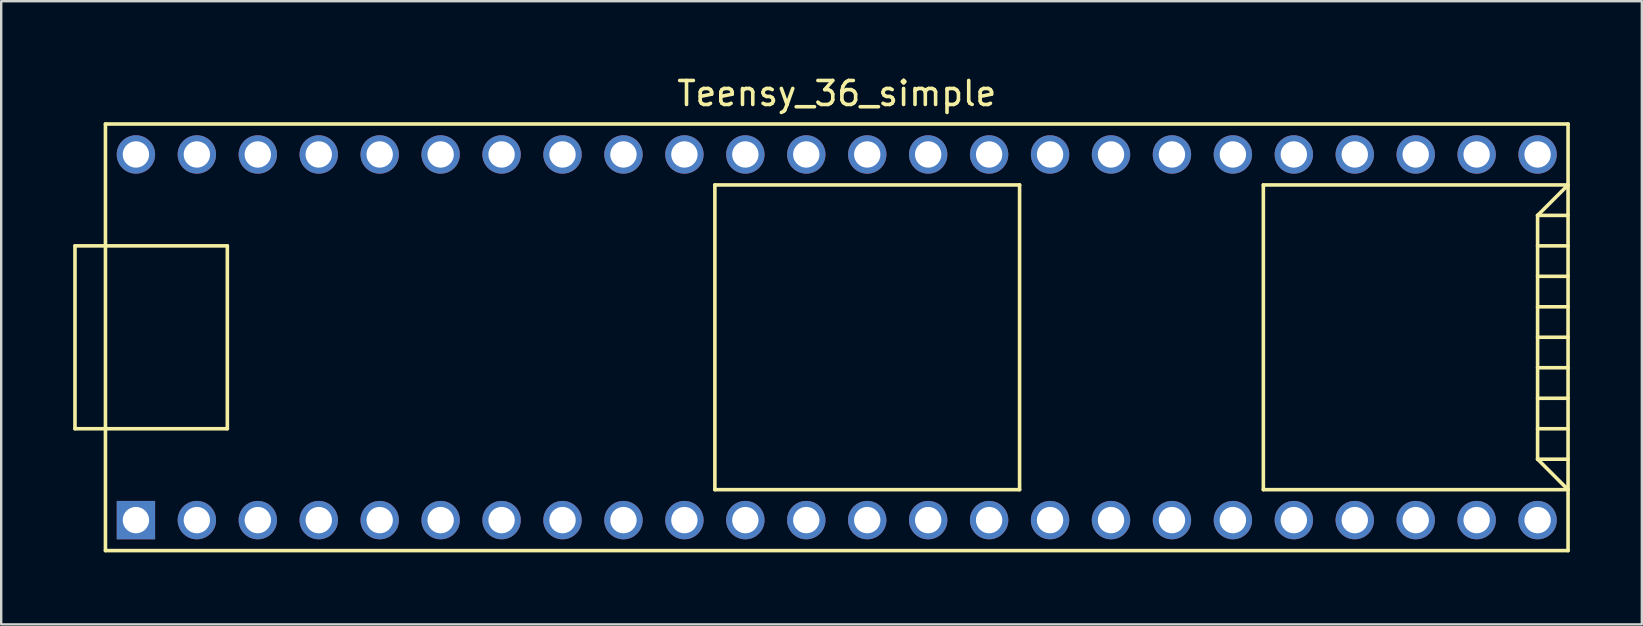
<source format=kicad_pcb>
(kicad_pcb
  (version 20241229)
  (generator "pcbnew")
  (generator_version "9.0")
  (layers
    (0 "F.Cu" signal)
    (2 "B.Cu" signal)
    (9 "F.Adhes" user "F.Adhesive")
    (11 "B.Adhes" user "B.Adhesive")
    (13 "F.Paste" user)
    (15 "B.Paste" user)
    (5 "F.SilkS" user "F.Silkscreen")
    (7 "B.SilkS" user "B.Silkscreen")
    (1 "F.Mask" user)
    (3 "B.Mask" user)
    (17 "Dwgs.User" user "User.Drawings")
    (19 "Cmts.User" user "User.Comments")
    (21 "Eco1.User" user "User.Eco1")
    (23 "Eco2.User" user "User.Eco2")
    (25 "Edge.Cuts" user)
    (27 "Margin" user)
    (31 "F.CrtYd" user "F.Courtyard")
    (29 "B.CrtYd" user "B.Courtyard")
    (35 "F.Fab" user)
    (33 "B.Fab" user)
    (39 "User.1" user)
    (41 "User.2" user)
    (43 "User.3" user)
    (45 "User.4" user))
  (footprint "Teensy_36_simple"
    (layer "F.Cu")
    (at 31.825 11.008)
    (property "Reference" "Teensy_36_simple" (at 0 -10.16 0) (layer "F.SilkS") (effects (font (size 1 1) (thickness 0.15))))
    (attr through_hole)
    (fp_line (start -31.75 -3.81) (end -30.48 -3.81) (stroke (width 0.15) (type solid)) (layer "F.SilkS"))
    (fp_line (start -31.75 3.81) (end -31.75 -3.81) (stroke (width 0.15) (type solid)) (layer "F.SilkS"))
    (fp_line (start -30.48 3.81) (end -31.75 3.81) (stroke (width 0.15) (type solid)) (layer "F.SilkS"))
    (fp_line (start -30.48 8.89) (end -30.48 -8.89) (stroke (width 0.15) (type solid)) (layer "F.SilkS"))
    (fp_line (start -30.48 8.89) (end 30.48 8.89) (stroke (width 0.15) (type solid)) (layer "F.SilkS"))
    (fp_line (start -25.4 -3.81) (end -30.48 -3.81) (stroke (width 0.15) (type solid)) (layer "F.SilkS"))
    (fp_line (start -25.4 3.81) (end -30.48 3.81) (stroke (width 0.15) (type solid)) (layer "F.SilkS"))
    (fp_line (start -25.4 3.81) (end -25.4 -3.81) (stroke (width 0.15) (type solid)) (layer "F.SilkS"))
    (fp_line (start -5.08 -6.35) (end -5.08 6.35) (stroke (width 0.15) (type solid)) (layer "F.SilkS"))
    (fp_line (start -5.08 -6.35) (end 7.62 -6.35) (stroke (width 0.15) (type solid)) (layer "F.SilkS"))
    (fp_line (start -5.08 6.35) (end 7.62 6.35) (stroke (width 0.15) (type solid)) (layer "F.SilkS"))
    (fp_line (start 7.62 6.35) (end 7.62 -6.35) (stroke (width 0.15) (type solid)) (layer "F.SilkS"))
    (fp_line (start 17.78 -6.35) (end 17.78 6.35) (stroke (width 0.15) (type solid)) (layer "F.SilkS"))
    (fp_line (start 17.78 6.35) (end 30.48 6.35) (stroke (width 0.15) (type solid)) (layer "F.SilkS"))
    (fp_line (start 29.21 -5.08) (end 30.48 -6.35) (stroke (width 0.15) (type solid)) (layer "F.SilkS"))
    (fp_line (start 29.21 -5.08) (end 30.48 -5.08) (stroke (width 0.15) (type solid)) (layer "F.SilkS"))
    (fp_line (start 29.21 -3.81) (end 30.48 -3.81) (stroke (width 0.15) (type solid)) (layer "F.SilkS"))
    (fp_line (start 29.21 -2.54) (end 30.48 -2.54) (stroke (width 0.15) (type solid)) (layer "F.SilkS"))
    (fp_line (start 29.21 -1.27) (end 30.48 -1.27) (stroke (width 0.15) (type solid)) (layer "F.SilkS"))
    (fp_line (start 29.21 0) (end 30.48 0) (stroke (width 0.15) (type solid)) (layer "F.SilkS"))
    (fp_line (start 29.21 1.27) (end 30.48 1.27) (stroke (width 0.15) (type solid)) (layer "F.SilkS"))
    (fp_line (start 29.21 2.54) (end 30.48 2.54) (stroke (width 0.15) (type solid)) (layer "F.SilkS"))
    (fp_line (start 29.21 3.81) (end 30.48 3.81) (stroke (width 0.15) (type solid)) (layer "F.SilkS"))
    (fp_line (start 29.21 5.08) (end 29.21 -5.08) (stroke (width 0.15) (type solid)) (layer "F.SilkS"))
    (fp_line (start 29.21 5.08) (end 30.48 5.08) (stroke (width 0.15) (type solid)) (layer "F.SilkS"))
    (fp_line (start 30.48 -8.89) (end -30.48 -8.89) (stroke (width 0.15) (type solid)) (layer "F.SilkS"))
    (fp_line (start 30.48 -8.89) (end 30.48 8.89) (stroke (width 0.15) (type solid)) (layer "F.SilkS"))
    (fp_line (start 30.48 -6.35) (end 17.78 -6.35) (stroke (width 0.15) (type solid)) (layer "F.SilkS"))
    (fp_line (start 30.48 6.35) (end 29.21 5.08) (stroke (width 0.15) (type solid)) (layer "F.SilkS"))
    (pad "1" thru_hole rect (at -29.21 7.62) (size 1.6 1.6) (drill 1.1) (layers "*.Cu" "*.Mask"))
    (pad "2" thru_hole circle (at -26.67 7.62) (size 1.6 1.6) (drill 1.1) (layers "*.Cu" "*.Mask"))
    (pad "3" thru_hole circle (at -24.13 7.62) (size 1.6 1.6) (drill 1.1) (layers "*.Cu" "*.Mask"))
    (pad "4" thru_hole circle (at -21.59 7.62) (size 1.6 1.6) (drill 1.1) (layers "*.Cu" "*.Mask"))
    (pad "5" thru_hole circle (at -19.05 7.62) (size 1.6 1.6) (drill 1.1) (layers "*.Cu" "*.Mask"))
    (pad "6" thru_hole circle (at -16.51 7.62) (size 1.6 1.6) (drill 1.1) (layers "*.Cu" "*.Mask"))
    (pad "7" thru_hole circle (at -13.97 7.62) (size 1.6 1.6) (drill 1.1) (layers "*.Cu" "*.Mask"))
    (pad "8" thru_hole circle (at -11.43 7.62) (size 1.6 1.6) (drill 1.1) (layers "*.Cu" "*.Mask"))
    (pad "9" thru_hole circle (at -8.89 7.62) (size 1.6 1.6) (drill 1.1) (layers "*.Cu" "*.Mask"))
    (pad "10" thru_hole circle (at -6.35 7.62) (size 1.6 1.6) (drill 1.1) (layers "*.Cu" "*.Mask"))
    (pad "11" thru_hole circle (at -3.81 7.62) (size 1.6 1.6) (drill 1.1) (layers "*.Cu" "*.Mask"))
    (pad "12" thru_hole circle (at -1.27 7.62) (size 1.6 1.6) (drill 1.1) (layers "*.Cu" "*.Mask"))
    (pad "13" thru_hole circle (at 1.27 7.62) (size 1.6 1.6) (drill 1.1) (layers "*.Cu" "*.Mask"))
    (pad "14" thru_hole circle (at 3.81 7.62) (size 1.6 1.6) (drill 1.1) (layers "*.Cu" "*.Mask"))
    (pad "15" thru_hole circle (at 6.35 7.62) (size 1.6 1.6) (drill 1.1) (layers "*.Cu" "*.Mask"))
    (pad "16" thru_hole circle (at 8.89 7.62) (size 1.6 1.6) (drill 1.1) (layers "*.Cu" "*.Mask"))
    (pad "17" thru_hole circle (at 11.43 7.62) (size 1.6 1.6) (drill 1.1) (layers "*.Cu" "*.Mask"))
    (pad "18" thru_hole circle (at 13.97 7.62) (size 1.6 1.6) (drill 1.1) (layers "*.Cu" "*.Mask"))
    (pad "19" thru_hole circle (at 16.51 7.62) (size 1.6 1.6) (drill 1.1) (layers "*.Cu" "*.Mask"))
    (pad "20" thru_hole circle (at 19.05 7.62) (size 1.6 1.6) (drill 1.1) (layers "*.Cu" "*.Mask"))
    (pad "21" thru_hole circle (at 21.59 7.62) (size 1.6 1.6) (drill 1.1) (layers "*.Cu" "*.Mask"))
    (pad "22" thru_hole circle (at 24.13 7.62) (size 1.6 1.6) (drill 1.1) (layers "*.Cu" "*.Mask"))
    (pad "23" thru_hole circle (at 26.67 7.62) (size 1.6 1.6) (drill 1.1) (layers "*.Cu" "*.Mask"))
    (pad "24" thru_hole circle (at 29.21 7.62) (size 1.6 1.6) (drill 1.1) (layers "*.Cu" "*.Mask"))
    (pad "25" thru_hole circle (at 29.21 -7.62) (size 1.6 1.6) (drill 1.1) (layers "*.Cu" "*.Mask"))
    (pad "26" thru_hole circle (at 26.67 -7.62) (size 1.6 1.6) (drill 1.1) (layers "*.Cu" "*.Mask"))
    (pad "27" thru_hole circle (at 24.13 -7.62) (size 1.6 1.6) (drill 1.1) (layers "*.Cu" "*.Mask"))
    (pad "28" thru_hole circle (at 21.59 -7.62) (size 1.6 1.6) (drill 1.1) (layers "*.Cu" "*.Mask"))
    (pad "29" thru_hole circle (at 19.05 -7.62) (size 1.6 1.6) (drill 1.1) (layers "*.Cu" "*.Mask"))
    (pad "30" thru_hole circle (at 16.51 -7.62) (size 1.6 1.6) (drill 1.1) (layers "*.Cu" "*.Mask"))
    (pad "31" thru_hole circle (at 13.97 -7.62) (size 1.6 1.6) (drill 1.1) (layers "*.Cu" "*.Mask"))
    (pad "32" thru_hole circle (at 11.43 -7.62) (size 1.6 1.6) (drill 1.1) (layers "*.Cu" "*.Mask"))
    (pad "33" thru_hole circle (at 8.89 -7.62) (size 1.6 1.6) (drill 1.1) (layers "*.Cu" "*.Mask"))
    (pad "34" thru_hole circle (at 6.35 -7.62) (size 1.6 1.6) (drill 1.1) (layers "*.Cu" "*.Mask"))
    (pad "35" thru_hole circle (at 3.81 -7.62) (size 1.6 1.6) (drill 1.1) (layers "*.Cu" "*.Mask"))
    (pad "36" thru_hole circle (at 1.27 -7.62) (size 1.6 1.6) (drill 1.1) (layers "*.Cu" "*.Mask"))
    (pad "37" thru_hole circle (at -1.27 -7.62) (size 1.6 1.6) (drill 1.1) (layers "*.Cu" "*.Mask"))
    (pad "38" thru_hole circle (at -3.81 -7.62) (size 1.6 1.6) (drill 1.1) (layers "*.Cu" "*.Mask"))
    (pad "39" thru_hole circle (at -6.35 -7.62) (size 1.6 1.6) (drill 1.1) (layers "*.Cu" "*.Mask"))
    (pad "40" thru_hole circle (at -8.89 -7.62) (size 1.6 1.6) (drill 1.1) (layers "*.Cu" "*.Mask"))
    (pad "41" thru_hole circle (at -11.43 -7.62) (size 1.6 1.6) (drill 1.1) (layers "*.Cu" "*.Mask"))
    (pad "42" thru_hole circle (at -13.97 -7.62) (size 1.6 1.6) (drill 1.1) (layers "*.Cu" "*.Mask"))
    (pad "43" thru_hole circle (at -16.51 -7.62) (size 1.6 1.6) (drill 1.1) (layers "*.Cu" "*.Mask"))
    (pad "44" thru_hole circle (at -19.05 -7.62) (size 1.6 1.6) (drill 1.1) (layers "*.Cu" "*.Mask"))
    (pad "45" thru_hole circle (at -21.59 -7.62) (size 1.6 1.6) (drill 1.1) (layers "*.Cu" "*.Mask"))
    (pad "46" thru_hole circle (at -24.13 -7.62) (size 1.6 1.6) (drill 1.1) (layers "*.Cu" "*.Mask"))
    (pad "47" thru_hole circle (at -26.67 -7.62) (size 1.6 1.6) (drill 1.1) (layers "*.Cu" "*.Mask"))
    (pad "48" thru_hole circle (at -29.21 -7.62) (size 1.6 1.6) (drill 1.1) (layers "*.Cu" "*.Mask")))
  (gr_rect
    (start -3 -3)
    (end 65.38 22.973)
    (stroke (width 0.1) (type default))
    (fill no)
    (layer "Edge.Cuts")))
</source>
